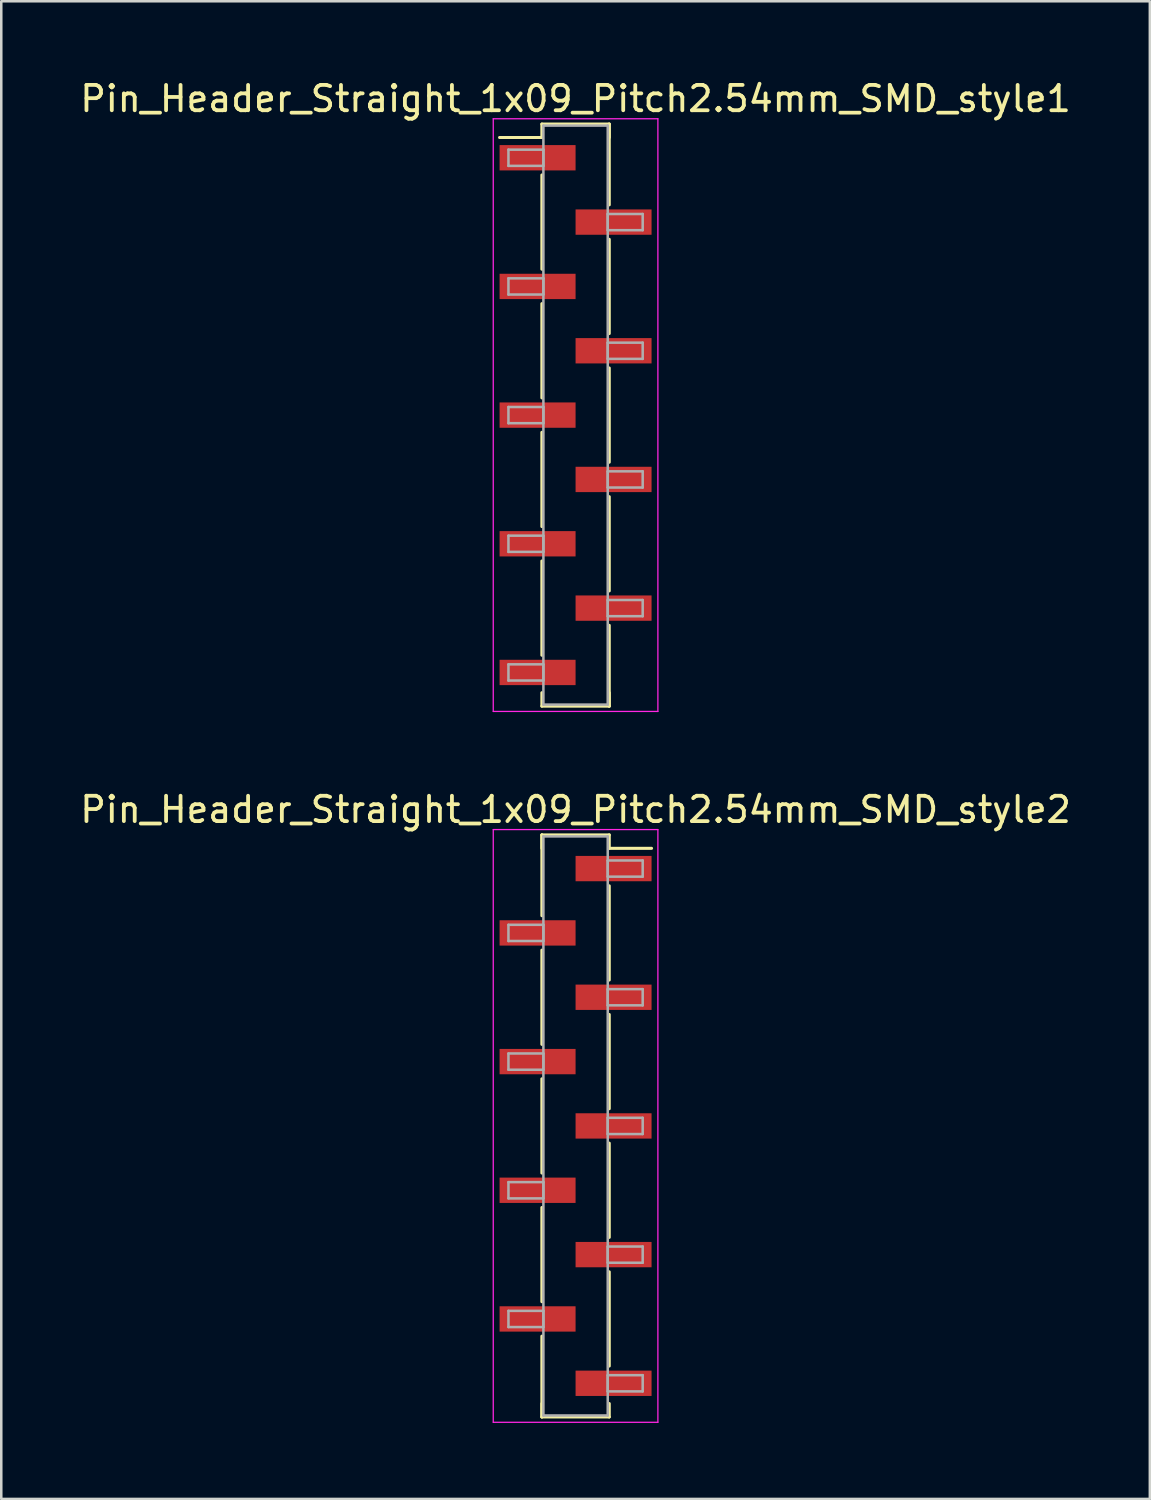
<source format=kicad_pcb>
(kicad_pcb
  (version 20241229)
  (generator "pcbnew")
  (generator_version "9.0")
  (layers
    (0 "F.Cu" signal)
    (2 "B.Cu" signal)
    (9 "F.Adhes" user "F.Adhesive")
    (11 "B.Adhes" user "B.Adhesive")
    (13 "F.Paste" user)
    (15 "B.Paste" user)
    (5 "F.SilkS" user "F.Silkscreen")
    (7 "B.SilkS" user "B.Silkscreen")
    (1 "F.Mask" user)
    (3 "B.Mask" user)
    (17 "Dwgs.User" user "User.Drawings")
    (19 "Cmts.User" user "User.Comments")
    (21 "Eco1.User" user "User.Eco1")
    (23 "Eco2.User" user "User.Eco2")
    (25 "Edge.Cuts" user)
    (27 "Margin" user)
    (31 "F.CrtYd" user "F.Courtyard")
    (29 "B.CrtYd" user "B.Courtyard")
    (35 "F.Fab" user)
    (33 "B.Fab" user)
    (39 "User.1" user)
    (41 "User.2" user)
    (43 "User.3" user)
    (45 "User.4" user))
  (footprint "Pin_Header_Straight_1x09_Pitch2.54mm_SMD_style2"
    (layer "F.Cu")
    (at 19.673 41.401)
    (property "Reference" "Pin_Header_Straight_1x09_Pitch2.54mm_SMD_style2" (at 0 -12.49 0) (layer "F.SilkS") (effects (font (size 1 1) (thickness 0.15))))
    (attr smd)
    (fp_line (start -1.33 -11.49) (end -1.33 -8.3) (stroke (width 0.12) (type solid)) (layer "F.SilkS"))
    (fp_line (start -1.33 -11.49) (end 1.33 -11.49) (stroke (width 0.12) (type solid)) (layer "F.SilkS"))
    (fp_line (start -1.33 -10.96) (end -1.33 -11.49) (stroke (width 0.12) (type solid)) (layer "F.SilkS"))
    (fp_line (start -1.33 -6.94) (end -1.33 -3.22) (stroke (width 0.12) (type solid)) (layer "F.SilkS"))
    (fp_line (start -1.33 -1.86) (end -1.33 1.86) (stroke (width 0.12) (type solid)) (layer "F.SilkS"))
    (fp_line (start -1.33 3.22) (end -1.33 6.94) (stroke (width 0.12) (type solid)) (layer "F.SilkS"))
    (fp_line (start -1.33 8.3) (end -1.33 11.49) (stroke (width 0.12) (type solid)) (layer "F.SilkS"))
    (fp_line (start -1.33 10.96) (end -1.33 11.49) (stroke (width 0.12) (type solid)) (layer "F.SilkS"))
    (fp_line (start -1.33 11.49) (end 1.33 11.49) (stroke (width 0.12) (type solid)) (layer "F.SilkS"))
    (fp_line (start 1.33 -11.49) (end 1.33 -10.96) (stroke (width 0.12) (type solid)) (layer "F.SilkS"))
    (fp_line (start 1.33 -10.96) (end 3 -10.96) (stroke (width 0.12) (type solid)) (layer "F.SilkS"))
    (fp_line (start 1.33 -9.48) (end 1.33 -5.76) (stroke (width 0.12) (type solid)) (layer "F.SilkS"))
    (fp_line (start 1.33 -4.4) (end 1.33 -0.68) (stroke (width 0.12) (type solid)) (layer "F.SilkS"))
    (fp_line (start 1.33 0.68) (end 1.33 4.4) (stroke (width 0.12) (type solid)) (layer "F.SilkS"))
    (fp_line (start 1.33 5.76) (end 1.33 9.48) (stroke (width 0.12) (type solid)) (layer "F.SilkS"))
    (fp_line (start 1.33 11.49) (end 1.33 10.96) (stroke (width 0.12) (type solid)) (layer "F.SilkS"))
    (fp_line (start -3.25 -11.7) (end -3.25 11.7) (stroke (width 0.05) (type solid)) (layer "F.CrtYd"))
    (fp_line (start -3.25 11.7) (end 3.25 11.7) (stroke (width 0.05) (type solid)) (layer "F.CrtYd"))
    (fp_line (start 3.25 -11.7) (end -3.25 -11.7) (stroke (width 0.05) (type solid)) (layer "F.CrtYd"))
    (fp_line (start 3.25 11.7) (end 3.25 -11.7) (stroke (width 0.05) (type solid)) (layer "F.CrtYd"))
    (fp_line (start -2.65 -7.94) (end -1.27 -7.94) (stroke (width 0.1) (type solid)) (layer "F.Fab"))
    (fp_line (start -2.65 -7.3) (end -2.65 -7.94) (stroke (width 0.1) (type solid)) (layer "F.Fab"))
    (fp_line (start -2.65 -2.86) (end -1.27 -2.86) (stroke (width 0.1) (type solid)) (layer "F.Fab"))
    (fp_line (start -2.65 -2.22) (end -2.65 -2.86) (stroke (width 0.1) (type solid)) (layer "F.Fab"))
    (fp_line (start -2.65 2.22) (end -1.27 2.22) (stroke (width 0.1) (type solid)) (layer "F.Fab"))
    (fp_line (start -2.65 2.86) (end -2.65 2.22) (stroke (width 0.1) (type solid)) (layer "F.Fab"))
    (fp_line (start -2.65 7.3) (end -1.27 7.3) (stroke (width 0.1) (type solid)) (layer "F.Fab"))
    (fp_line (start -2.65 7.94) (end -2.65 7.3) (stroke (width 0.1) (type solid)) (layer "F.Fab"))
    (fp_line (start -1.27 -11.43) (end -1.27 11.43) (stroke (width 0.1) (type solid)) (layer "F.Fab"))
    (fp_line (start -1.27 -7.94) (end -1.27 -7.3) (stroke (width 0.1) (type solid)) (layer "F.Fab"))
    (fp_line (start -1.27 -7.3) (end -2.65 -7.3) (stroke (width 0.1) (type solid)) (layer "F.Fab"))
    (fp_line (start -1.27 -2.86) (end -1.27 -2.22) (stroke (width 0.1) (type solid)) (layer "F.Fab"))
    (fp_line (start -1.27 -2.22) (end -2.65 -2.22) (stroke (width 0.1) (type solid)) (layer "F.Fab"))
    (fp_line (start -1.27 2.22) (end -1.27 2.86) (stroke (width 0.1) (type solid)) (layer "F.Fab"))
    (fp_line (start -1.27 2.86) (end -2.65 2.86) (stroke (width 0.1) (type solid)) (layer "F.Fab"))
    (fp_line (start -1.27 7.3) (end -1.27 7.94) (stroke (width 0.1) (type solid)) (layer "F.Fab"))
    (fp_line (start -1.27 7.94) (end -2.65 7.94) (stroke (width 0.1) (type solid)) (layer "F.Fab"))
    (fp_line (start -1.27 11.43) (end 1.27 11.43) (stroke (width 0.1) (type solid)) (layer "F.Fab"))
    (fp_line (start 1.27 -11.43) (end -1.27 -11.43) (stroke (width 0.1) (type solid)) (layer "F.Fab"))
    (fp_line (start 1.27 -10.48) (end 1.27 -9.84) (stroke (width 0.1) (type solid)) (layer "F.Fab"))
    (fp_line (start 1.27 -9.84) (end 2.65 -9.84) (stroke (width 0.1) (type solid)) (layer "F.Fab"))
    (fp_line (start 1.27 -5.4) (end 1.27 -4.76) (stroke (width 0.1) (type solid)) (layer "F.Fab"))
    (fp_line (start 1.27 -4.76) (end 2.65 -4.76) (stroke (width 0.1) (type solid)) (layer "F.Fab"))
    (fp_line (start 1.27 -0.32) (end 1.27 0.32) (stroke (width 0.1) (type solid)) (layer "F.Fab"))
    (fp_line (start 1.27 0.32) (end 2.65 0.32) (stroke (width 0.1) (type solid)) (layer "F.Fab"))
    (fp_line (start 1.27 4.76) (end 1.27 5.4) (stroke (width 0.1) (type solid)) (layer "F.Fab"))
    (fp_line (start 1.27 5.4) (end 2.65 5.4) (stroke (width 0.1) (type solid)) (layer "F.Fab"))
    (fp_line (start 1.27 9.84) (end 1.27 10.48) (stroke (width 0.1) (type solid)) (layer "F.Fab"))
    (fp_line (start 1.27 10.48) (end 2.65 10.48) (stroke (width 0.1) (type solid)) (layer "F.Fab"))
    (fp_line (start 1.27 11.43) (end 1.27 -11.43) (stroke (width 0.1) (type solid)) (layer "F.Fab"))
    (fp_line (start 2.65 -10.48) (end 1.27 -10.48) (stroke (width 0.1) (type solid)) (layer "F.Fab"))
    (fp_line (start 2.65 -9.84) (end 2.65 -10.48) (stroke (width 0.1) (type solid)) (layer "F.Fab"))
    (fp_line (start 2.65 -5.4) (end 1.27 -5.4) (stroke (width 0.1) (type solid)) (layer "F.Fab"))
    (fp_line (start 2.65 -4.76) (end 2.65 -5.4) (stroke (width 0.1) (type solid)) (layer "F.Fab"))
    (fp_line (start 2.65 -0.32) (end 1.27 -0.32) (stroke (width 0.1) (type solid)) (layer "F.Fab"))
    (fp_line (start 2.65 0.32) (end 2.65 -0.32) (stroke (width 0.1) (type solid)) (layer "F.Fab"))
    (fp_line (start 2.65 4.76) (end 1.27 4.76) (stroke (width 0.1) (type solid)) (layer "F.Fab"))
    (fp_line (start 2.65 5.4) (end 2.65 4.76) (stroke (width 0.1) (type solid)) (layer "F.Fab"))
    (fp_line (start 2.65 9.84) (end 1.27 9.84) (stroke (width 0.1) (type solid)) (layer "F.Fab"))
    (fp_line (start 2.65 10.48) (end 2.65 9.84) (stroke (width 0.1) (type solid)) (layer "F.Fab"))
    (pad "1" smd rect (at 1.5 -10.16) (size 3 1) (layers "F.Cu" "F.Mask"))
    (pad "2" smd rect (at -1.5 -7.62) (size 3 1) (layers "F.Cu" "F.Mask"))
    (pad "3" smd rect (at 1.5 -5.08) (size 3 1) (layers "F.Cu" "F.Mask"))
    (pad "4" smd rect (at -1.5 -2.54) (size 3 1) (layers "F.Cu" "F.Mask"))
    (pad "5" smd rect (at 1.5 0) (size 3 1) (layers "F.Cu" "F.Mask"))
    (pad "6" smd rect (at -1.5 2.54) (size 3 1) (layers "F.Cu" "F.Mask"))
    (pad "7" smd rect (at 1.5 5.08) (size 3 1) (layers "F.Cu" "F.Mask"))
    (pad "8" smd rect (at -1.5 7.62) (size 3 1) (layers "F.Cu" "F.Mask"))
    (pad "9" smd rect (at 1.5 10.16) (size 3 1) (layers "F.Cu" "F.Mask")))
  (footprint "Pin_Header_Straight_1x09_Pitch2.54mm_SMD_style1"
    (layer "F.Cu")
    (at 19.673 13.338)
    (property "Reference" "Pin_Header_Straight_1x09_Pitch2.54mm_SMD_style1" (at 0 -12.49 0) (layer "F.SilkS") (effects (font (size 1 1) (thickness 0.15))))
    (attr smd)
    (fp_line (start -1.33 -11.49) (end 1.33 -11.49) (stroke (width 0.12) (type solid)) (layer "F.SilkS"))
    (fp_line (start -1.33 -10.96) (end -3 -10.96) (stroke (width 0.12) (type solid)) (layer "F.SilkS"))
    (fp_line (start -1.33 -10.96) (end -1.33 -11.49) (stroke (width 0.12) (type solid)) (layer "F.SilkS"))
    (fp_line (start -1.33 -9.48) (end -1.33 -5.76) (stroke (width 0.12) (type solid)) (layer "F.SilkS"))
    (fp_line (start -1.33 -4.4) (end -1.33 -0.68) (stroke (width 0.12) (type solid)) (layer "F.SilkS"))
    (fp_line (start -1.33 0.68) (end -1.33 4.4) (stroke (width 0.12) (type solid)) (layer "F.SilkS"))
    (fp_line (start -1.33 5.76) (end -1.33 9.48) (stroke (width 0.12) (type solid)) (layer "F.SilkS"))
    (fp_line (start -1.33 10.96) (end -1.33 11.49) (stroke (width 0.12) (type solid)) (layer "F.SilkS"))
    (fp_line (start -1.33 11.49) (end 1.33 11.49) (stroke (width 0.12) (type solid)) (layer "F.SilkS"))
    (fp_line (start 1.33 -11.49) (end 1.33 -10.96) (stroke (width 0.12) (type solid)) (layer "F.SilkS"))
    (fp_line (start 1.33 -11.49) (end 1.33 -8.3) (stroke (width 0.12) (type solid)) (layer "F.SilkS"))
    (fp_line (start 1.33 -6.94) (end 1.33 -3.22) (stroke (width 0.12) (type solid)) (layer "F.SilkS"))
    (fp_line (start 1.33 -1.86) (end 1.33 1.86) (stroke (width 0.12) (type solid)) (layer "F.SilkS"))
    (fp_line (start 1.33 3.22) (end 1.33 6.94) (stroke (width 0.12) (type solid)) (layer "F.SilkS"))
    (fp_line (start 1.33 8.3) (end 1.33 11.49) (stroke (width 0.12) (type solid)) (layer "F.SilkS"))
    (fp_line (start 1.33 11.49) (end 1.33 10.96) (stroke (width 0.12) (type solid)) (layer "F.SilkS"))
    (fp_line (start -3.25 -11.7) (end -3.25 11.7) (stroke (width 0.05) (type solid)) (layer "F.CrtYd"))
    (fp_line (start -3.25 11.7) (end 3.25 11.7) (stroke (width 0.05) (type solid)) (layer "F.CrtYd"))
    (fp_line (start 3.25 -11.7) (end -3.25 -11.7) (stroke (width 0.05) (type solid)) (layer "F.CrtYd"))
    (fp_line (start 3.25 11.7) (end 3.25 -11.7) (stroke (width 0.05) (type solid)) (layer "F.CrtYd"))
    (fp_line (start -2.65 -10.48) (end -1.27 -10.48) (stroke (width 0.1) (type solid)) (layer "F.Fab"))
    (fp_line (start -2.65 -9.84) (end -2.65 -10.48) (stroke (width 0.1) (type solid)) (layer "F.Fab"))
    (fp_line (start -2.65 -5.4) (end -1.27 -5.4) (stroke (width 0.1) (type solid)) (layer "F.Fab"))
    (fp_line (start -2.65 -4.76) (end -2.65 -5.4) (stroke (width 0.1) (type solid)) (layer "F.Fab"))
    (fp_line (start -2.65 -0.32) (end -1.27 -0.32) (stroke (width 0.1) (type solid)) (layer "F.Fab"))
    (fp_line (start -2.65 0.32) (end -2.65 -0.32) (stroke (width 0.1) (type solid)) (layer "F.Fab"))
    (fp_line (start -2.65 4.76) (end -1.27 4.76) (stroke (width 0.1) (type solid)) (layer "F.Fab"))
    (fp_line (start -2.65 5.4) (end -2.65 4.76) (stroke (width 0.1) (type solid)) (layer "F.Fab"))
    (fp_line (start -2.65 9.84) (end -1.27 9.84) (stroke (width 0.1) (type solid)) (layer "F.Fab"))
    (fp_line (start -2.65 10.48) (end -2.65 9.84) (stroke (width 0.1) (type solid)) (layer "F.Fab"))
    (fp_line (start -1.27 -11.43) (end -1.27 11.43) (stroke (width 0.1) (type solid)) (layer "F.Fab"))
    (fp_line (start -1.27 -10.48) (end -1.27 -9.84) (stroke (width 0.1) (type solid)) (layer "F.Fab"))
    (fp_line (start -1.27 -9.84) (end -2.65 -9.84) (stroke (width 0.1) (type solid)) (layer "F.Fab"))
    (fp_line (start -1.27 -5.4) (end -1.27 -4.76) (stroke (width 0.1) (type solid)) (layer "F.Fab"))
    (fp_line (start -1.27 -4.76) (end -2.65 -4.76) (stroke (width 0.1) (type solid)) (layer "F.Fab"))
    (fp_line (start -1.27 -0.32) (end -1.27 0.32) (stroke (width 0.1) (type solid)) (layer "F.Fab"))
    (fp_line (start -1.27 0.32) (end -2.65 0.32) (stroke (width 0.1) (type solid)) (layer "F.Fab"))
    (fp_line (start -1.27 4.76) (end -1.27 5.4) (stroke (width 0.1) (type solid)) (layer "F.Fab"))
    (fp_line (start -1.27 5.4) (end -2.65 5.4) (stroke (width 0.1) (type solid)) (layer "F.Fab"))
    (fp_line (start -1.27 9.84) (end -1.27 10.48) (stroke (width 0.1) (type solid)) (layer "F.Fab"))
    (fp_line (start -1.27 10.48) (end -2.65 10.48) (stroke (width 0.1) (type solid)) (layer "F.Fab"))
    (fp_line (start -1.27 11.43) (end 1.27 11.43) (stroke (width 0.1) (type solid)) (layer "F.Fab"))
    (fp_line (start 1.27 -11.43) (end -1.27 -11.43) (stroke (width 0.1) (type solid)) (layer "F.Fab"))
    (fp_line (start 1.27 -7.94) (end 1.27 -7.3) (stroke (width 0.1) (type solid)) (layer "F.Fab"))
    (fp_line (start 1.27 -7.3) (end 2.65 -7.3) (stroke (width 0.1) (type solid)) (layer "F.Fab"))
    (fp_line (start 1.27 -2.86) (end 1.27 -2.22) (stroke (width 0.1) (type solid)) (layer "F.Fab"))
    (fp_line (start 1.27 -2.22) (end 2.65 -2.22) (stroke (width 0.1) (type solid)) (layer "F.Fab"))
    (fp_line (start 1.27 2.22) (end 1.27 2.86) (stroke (width 0.1) (type solid)) (layer "F.Fab"))
    (fp_line (start 1.27 2.86) (end 2.65 2.86) (stroke (width 0.1) (type solid)) (layer "F.Fab"))
    (fp_line (start 1.27 7.3) (end 1.27 7.94) (stroke (width 0.1) (type solid)) (layer "F.Fab"))
    (fp_line (start 1.27 7.94) (end 2.65 7.94) (stroke (width 0.1) (type solid)) (layer "F.Fab"))
    (fp_line (start 1.27 11.43) (end 1.27 -11.43) (stroke (width 0.1) (type solid)) (layer "F.Fab"))
    (fp_line (start 2.65 -7.94) (end 1.27 -7.94) (stroke (width 0.1) (type solid)) (layer "F.Fab"))
    (fp_line (start 2.65 -7.3) (end 2.65 -7.94) (stroke (width 0.1) (type solid)) (layer "F.Fab"))
    (fp_line (start 2.65 -2.86) (end 1.27 -2.86) (stroke (width 0.1) (type solid)) (layer "F.Fab"))
    (fp_line (start 2.65 -2.22) (end 2.65 -2.86) (stroke (width 0.1) (type solid)) (layer "F.Fab"))
    (fp_line (start 2.65 2.22) (end 1.27 2.22) (stroke (width 0.1) (type solid)) (layer "F.Fab"))
    (fp_line (start 2.65 2.86) (end 2.65 2.22) (stroke (width 0.1) (type solid)) (layer "F.Fab"))
    (fp_line (start 2.65 7.3) (end 1.27 7.3) (stroke (width 0.1) (type solid)) (layer "F.Fab"))
    (fp_line (start 2.65 7.94) (end 2.65 7.3) (stroke (width 0.1) (type solid)) (layer "F.Fab"))
    (pad "1" smd rect (at -1.5 -10.16) (size 3 1) (layers "F.Cu" "F.Mask"))
    (pad "2" smd rect (at 1.5 -7.62) (size 3 1) (layers "F.Cu" "F.Mask"))
    (pad "3" smd rect (at -1.5 -5.08) (size 3 1) (layers "F.Cu" "F.Mask"))
    (pad "4" smd rect (at 1.5 -2.54) (size 3 1) (layers "F.Cu" "F.Mask"))
    (pad "5" smd rect (at -1.5 0) (size 3 1) (layers "F.Cu" "F.Mask"))
    (pad "6" smd rect (at 1.5 2.54) (size 3 1) (layers "F.Cu" "F.Mask"))
    (pad "7" smd rect (at -1.5 5.08) (size 3 1) (layers "F.Cu" "F.Mask"))
    (pad "8" smd rect (at 1.5 7.62) (size 3 1) (layers "F.Cu" "F.Mask"))
    (pad "9" smd rect (at -1.5 10.16) (size 3 1) (layers "F.Cu" "F.Mask")))
  (gr_rect
    (start -3 -3)
    (end 42.345 56.127)
    (stroke (width 0.1) (type default))
    (fill no)
    (layer "Edge.Cuts")))
</source>
